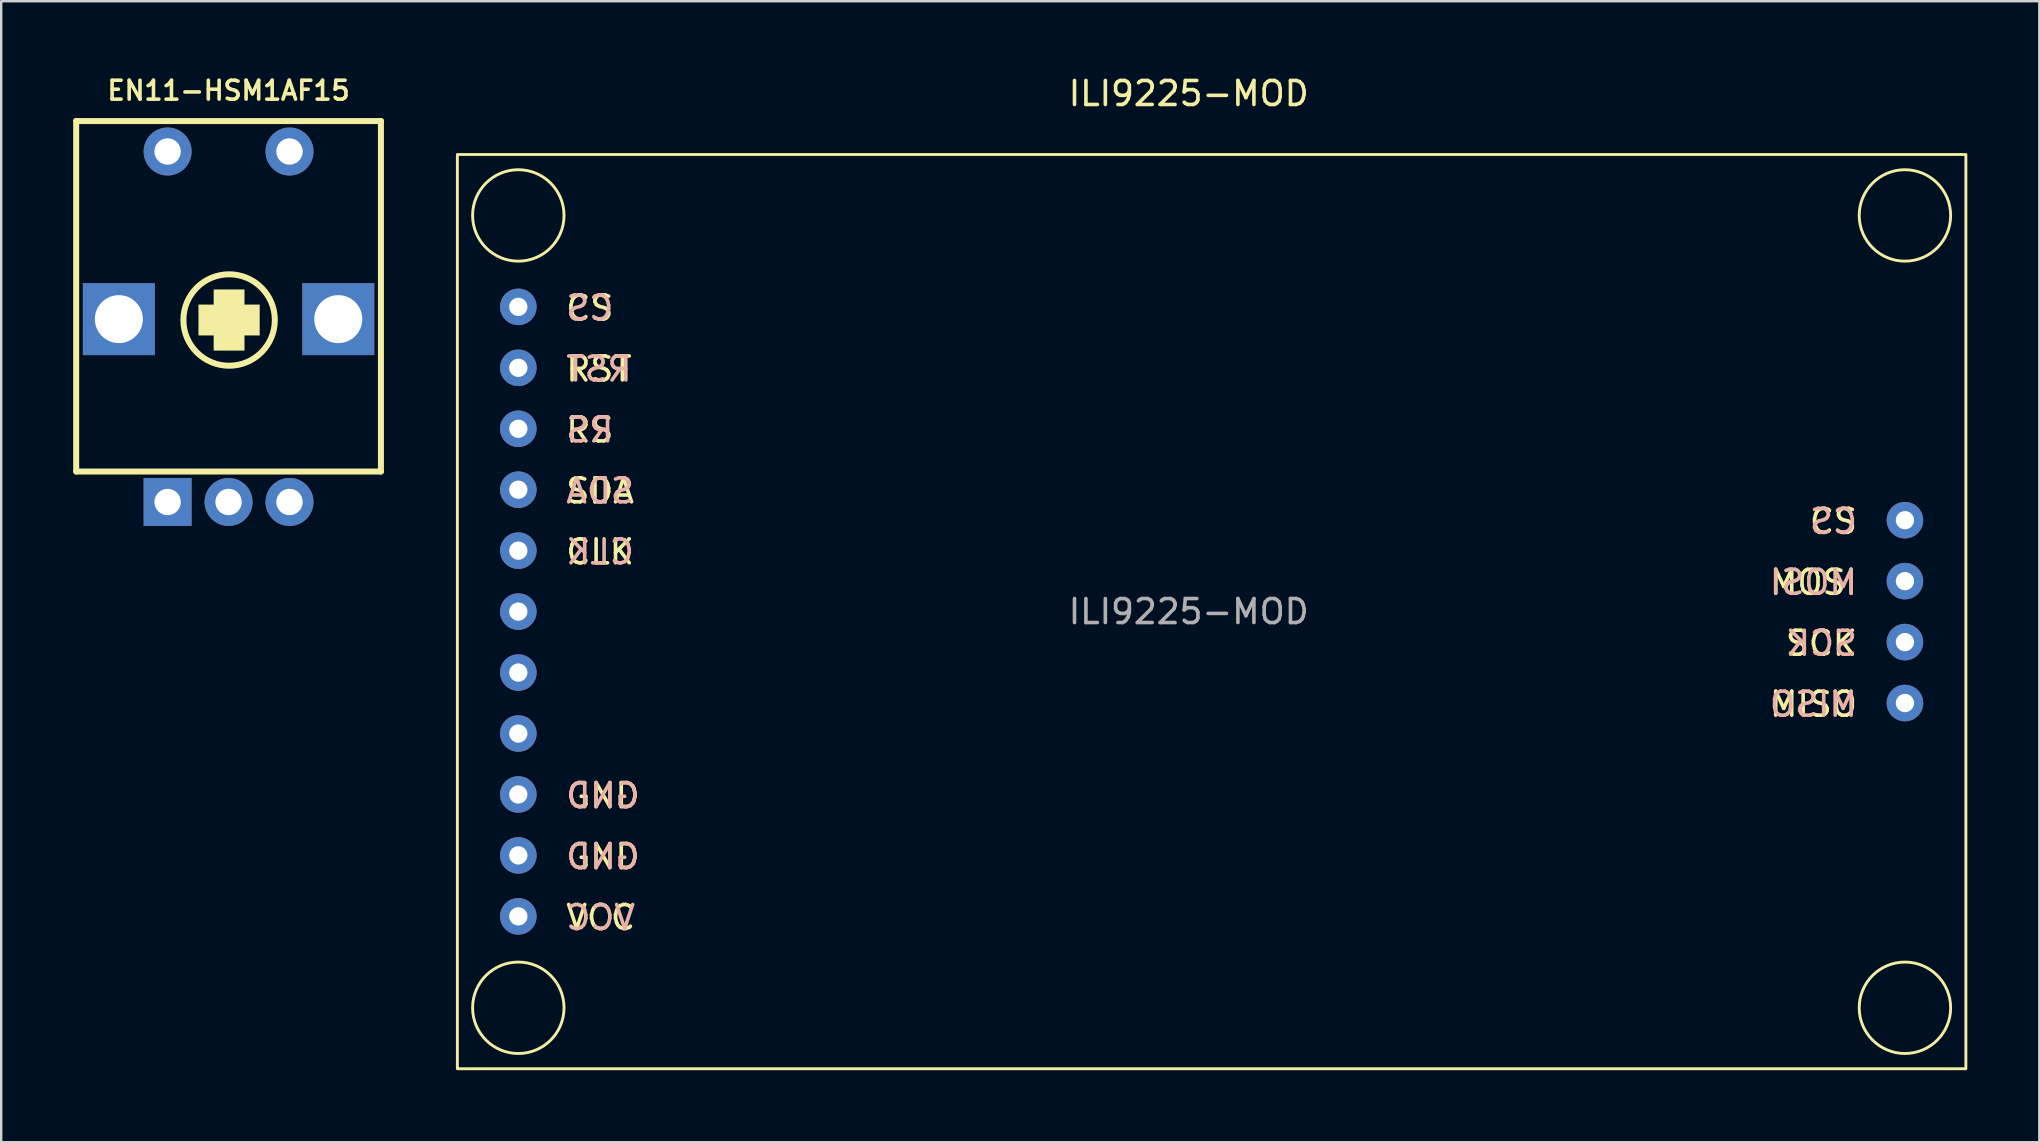
<source format=kicad_pcb>
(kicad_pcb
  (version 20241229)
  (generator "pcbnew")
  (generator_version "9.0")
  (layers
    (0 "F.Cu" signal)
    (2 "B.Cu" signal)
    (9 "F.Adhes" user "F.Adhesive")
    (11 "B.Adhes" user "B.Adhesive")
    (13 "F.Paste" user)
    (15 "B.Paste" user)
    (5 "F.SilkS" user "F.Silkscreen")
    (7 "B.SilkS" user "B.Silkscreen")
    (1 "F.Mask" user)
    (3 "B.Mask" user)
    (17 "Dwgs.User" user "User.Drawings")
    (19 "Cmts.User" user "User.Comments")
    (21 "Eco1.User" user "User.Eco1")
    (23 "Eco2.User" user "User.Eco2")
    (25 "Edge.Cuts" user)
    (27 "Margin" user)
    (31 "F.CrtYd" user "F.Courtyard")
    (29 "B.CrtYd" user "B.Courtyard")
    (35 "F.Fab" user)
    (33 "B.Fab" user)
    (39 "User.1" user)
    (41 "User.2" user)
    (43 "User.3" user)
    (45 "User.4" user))
  (footprint "EN11-HSM1AF15"
    (layer "F.Cu")
    (at 6.475 10.249)
    (property "Reference" "EN11-HSM1AF15" (at 0 -9.525 0) (layer "F.SilkS") (effects (font (size 0.787 0.787) (thickness 0.15))))
    (attr through_hole)
    (fp_line (start -6.35 -8.255) (end 6.35 -8.255) (stroke (width 0.25) (type solid)) (layer "F.SilkS"))
    (fp_line (start -6.35 6.35) (end -6.35 -8.255) (stroke (width 0.25) (type solid)) (layer "F.SilkS"))
    (fp_line (start 6.35 -8.255) (end 6.35 6.35) (stroke (width 0.25) (type solid)) (layer "F.SilkS"))
    (fp_line (start 6.35 6.35) (end -6.35 6.35) (stroke (width 0.25) (type solid)) (layer "F.SilkS"))
    (fp_circle (center 0.023 0.037) (end 1.928 0.037) (stroke (width 0.25) (type solid)) (fill no) (layer "F.SilkS"))
    (fp_poly (pts (xy -1.247 0.672) (xy 1.293 0.672) (xy 1.293 -0.597) (xy -1.247 -0.597)) (stroke (width 0.01) (type solid)) (fill yes) (layer "F.SilkS"))
    (fp_poly (pts (xy -0.612 1.308) (xy 0.657 1.308) (xy 0.657 -1.232) (xy -0.612 -1.232)) (stroke (width 0.01) (type solid)) (fill yes) (layer "F.SilkS"))
    (pad "A" thru_hole rect (at -2.54 7.62) (size 2 2) (drill 1.1) (layers "*.Cu" "*.Mask"))
    (pad "B" thru_hole circle (at 2.54 7.62) (size 2 2) (drill 1.1) (layers "*.Cu" "*.Mask"))
    (pad "C" thru_hole rect (at -4.572 0) (size 3 3) (drill 2) (layers "*.Cu" "*.Mask"))
    (pad "C" thru_hole circle (at 0 7.62) (size 2 2) (drill 1.1) (layers "*.Cu" "*.Mask"))
    (pad "C" thru_hole rect (at 4.572 0) (size 3 3) (drill 2) (layers "*.Cu" "*.Mask"))
    (pad "S1" thru_hole circle (at -2.54 -6.985) (size 2 2) (drill 1.1) (layers "*.Cu" "*.Mask"))
    (pad "S2" thru_hole circle (at 2.54 -6.985) (size 2 2) (drill 1.1) (layers "*.Cu" "*.Mask")))
  (footprint "ILI9225-MOD"
    (layer "F.Cu")
    (at 46.49 22.438)
    (property "Reference" "ILI9225-MOD" (at 0 -21.59 0) (unlocked yes) (layer "F.SilkS") (effects (font (size 1 1) (thickness 0.15))))
    (attr through_hole)
    (fp_rect (start -30.48 -19.05) (end 32.385 19.05) (stroke (width 0.12) (type default)) (fill no) (layer "F.SilkS"))
    (fp_circle (center -27.94 -16.51) (end -26.035 -16.51) (stroke (width 0.12) (type default)) (fill no) (layer "F.SilkS"))
    (fp_circle (center -27.94 16.51) (end -26.035 16.51) (stroke (width 0.12) (type default)) (fill no) (layer "F.SilkS"))
    (fp_circle (center 29.845 -16.51) (end 31.75 -16.51) (stroke (width 0.12) (type default)) (fill no) (layer "F.SilkS"))
    (fp_circle (center 29.845 16.51) (end 31.75 16.51) (stroke (width 0.12) (type default)) (fill no) (layer "F.SilkS"))
    (fp_text user "GND" (at -26.035 8.255 0) (unlocked yes) (layer "F.SilkS") (effects (font (size 1 1) (thickness 0.15)) (justify left bottom)))
    (fp_text user "SDA" (at -26.035 -4.445 0) (unlocked yes) (layer "F.SilkS") (effects (font (size 1 1) (thickness 0.15)) (justify left bottom)))
    (fp_text user "SCK" (at 27.94 1.905 0) (unlocked yes) (layer "F.SilkS") (effects (font (size 1 1) (thickness 0.15)) (justify right bottom)))
    (fp_text user "CS" (at -26.035 -12.065 0) (unlocked yes) (layer "F.SilkS") (effects (font (size 1 1) (thickness 0.15)) (justify left bottom)))
    (fp_text user "RST" (at -26.035 -9.525 0) (unlocked yes) (layer "F.SilkS") (effects (font (size 1 1) (thickness 0.15)) (justify left bottom)))
    (fp_text user "MISO" (at 27.94 4.445 0) (unlocked yes) (layer "F.SilkS") (effects (font (size 1 1) (thickness 0.15)) (justify right bottom)))
    (fp_text user "CLK" (at -26.035 -1.905 0) (unlocked yes) (layer "F.SilkS") (effects (font (size 1 1) (thickness 0.15)) (justify left bottom)))
    (fp_text user "CS" (at 27.94 -3.175 0) (unlocked yes) (layer "F.SilkS") (effects (font (size 1 1) (thickness 0.15)) (justify right bottom)))
    (fp_text user "MOSI" (at 27.94 -0.635 0) (unlocked yes) (layer "F.SilkS") (effects (font (size 1 1) (thickness 0.15)) (justify right bottom)))
    (fp_text user "GND" (at -26.035 10.795 0) (unlocked yes) (layer "F.SilkS") (effects (font (size 1 1) (thickness 0.15)) (justify left bottom)))
    (fp_text user "VCC" (at -26.035 13.335 0) (unlocked yes) (layer "F.SilkS") (effects (font (size 1 1) (thickness 0.15)) (justify left bottom)))
    (fp_text user "RS" (at -26.035 -6.985 0) (unlocked yes) (layer "F.SilkS") (effects (font (size 1 1) (thickness 0.15)) (justify left bottom)))
    (fp_text user "SDA" (at -26.035 -4.445 0) (unlocked yes) (layer "B.SilkS") (effects (font (size 1 1) (thickness 0.15)) (justify right bottom mirror)))
    (fp_text user "RST" (at -26.035 -9.525 0) (unlocked yes) (layer "B.SilkS") (effects (font (size 1 1) (thickness 0.15)) (justify right bottom mirror)))
    (fp_text user "CS" (at -26.035 -12.065 0) (unlocked yes) (layer "B.SilkS") (effects (font (size 1 1) (thickness 0.15)) (justify right bottom mirror)))
    (fp_text user "MOSI" (at 27.94 -0.635 0) (unlocked yes) (layer "B.SilkS") (effects (font (size 1 1) (thickness 0.15)) (justify left bottom mirror)))
    (fp_text user "GND" (at -26.035 8.255 0) (unlocked yes) (layer "B.SilkS") (effects (font (size 1 1) (thickness 0.15)) (justify right bottom mirror)))
    (fp_text user "CS" (at 27.94 -3.175 0) (unlocked yes) (layer "B.SilkS") (effects (font (size 1 1) (thickness 0.15)) (justify left bottom mirror)))
    (fp_text user "MISO" (at 27.94 4.445 0) (unlocked yes) (layer "B.SilkS") (effects (font (size 1 1) (thickness 0.15)) (justify left bottom mirror)))
    (fp_text user "SCK" (at 27.94 1.905 0) (unlocked yes) (layer "B.SilkS") (effects (font (size 1 1) (thickness 0.15)) (justify left bottom mirror)))
    (fp_text user "RS" (at -26.035 -6.985 0) (unlocked yes) (layer "B.SilkS") (effects (font (size 1 1) (thickness 0.15)) (justify right bottom mirror)))
    (fp_text user "GND" (at -26.035 10.795 0) (unlocked yes) (layer "B.SilkS") (effects (font (size 1 1) (thickness 0.15)) (justify right bottom mirror)))
    (fp_text user "CLK" (at -26.035 -1.905 0) (unlocked yes) (layer "B.SilkS") (effects (font (size 1 1) (thickness 0.15)) (justify right bottom mirror)))
    (fp_text user "VCC" (at -26.035 13.335 0) (unlocked yes) (layer "B.SilkS") (effects (font (size 1 1) (thickness 0.15)) (justify right bottom mirror)))
    (fp_text user "${REFERENCE}" (at 0 0 0) (unlocked yes) (layer "F.Fab") (effects (font (size 1 1) (thickness 0.15))))
    (pad "1" thru_hole circle (at -27.94 12.7) (size 1.524 1.524) (drill 0.762) (layers "*.Cu" "*.Mask"))
    (pad "2" thru_hole circle (at -27.94 10.16) (size 1.524 1.524) (drill 0.762) (layers "*.Cu" "*.Mask"))
    (pad "3" thru_hole circle (at -27.94 7.62) (size 1.524 1.524) (drill 0.762) (layers "*.Cu" "*.Mask"))
    (pad "4" thru_hole circle (at -27.94 5.08) (size 1.524 1.524) (drill 0.762) (layers "*.Cu" "*.Mask"))
    (pad "5" thru_hole circle (at -27.94 2.54) (size 1.524 1.524) (drill 0.762) (layers "*.Cu" "*.Mask"))
    (pad "6" thru_hole circle (at -27.94 0) (size 1.524 1.524) (drill 0.762) (layers "*.Cu" "*.Mask"))
    (pad "7" thru_hole circle (at -27.94 -2.54) (size 1.524 1.524) (drill 0.762) (layers "*.Cu" "*.Mask"))
    (pad "8" thru_hole circle (at -27.94 -5.08) (size 1.524 1.524) (drill 0.762) (layers "*.Cu" "*.Mask"))
    (pad "9" thru_hole circle (at -27.94 -7.62) (size 1.524 1.524) (drill 0.762) (layers "*.Cu" "*.Mask"))
    (pad "10" thru_hole circle (at -27.94 -10.16) (size 1.524 1.524) (drill 0.762) (layers "*.Cu" "*.Mask"))
    (pad "11" thru_hole circle (at -27.94 -12.7) (size 1.524 1.524) (drill 0.762) (layers "*.Cu" "*.Mask"))
    (pad "12" thru_hole circle (at 29.845 -3.81) (size 1.524 1.524) (drill 0.762) (layers "*.Cu" "*.Mask"))
    (pad "13" thru_hole circle (at 29.845 -1.27) (size 1.524 1.524) (drill 0.762) (layers "*.Cu" "*.Mask"))
    (pad "14" thru_hole circle (at 29.845 1.27) (size 1.524 1.524) (drill 0.762) (layers "*.Cu" "*.Mask"))
    (pad "15" thru_hole circle (at 29.845 3.81) (size 1.524 1.524) (drill 0.762) (layers "*.Cu" "*.Mask")))
  (gr_rect
    (start -3 -3)
    (end 81.935 44.548)
    (stroke (width 0.1) (type default))
    (fill no)
    (layer "Edge.Cuts")))
</source>
